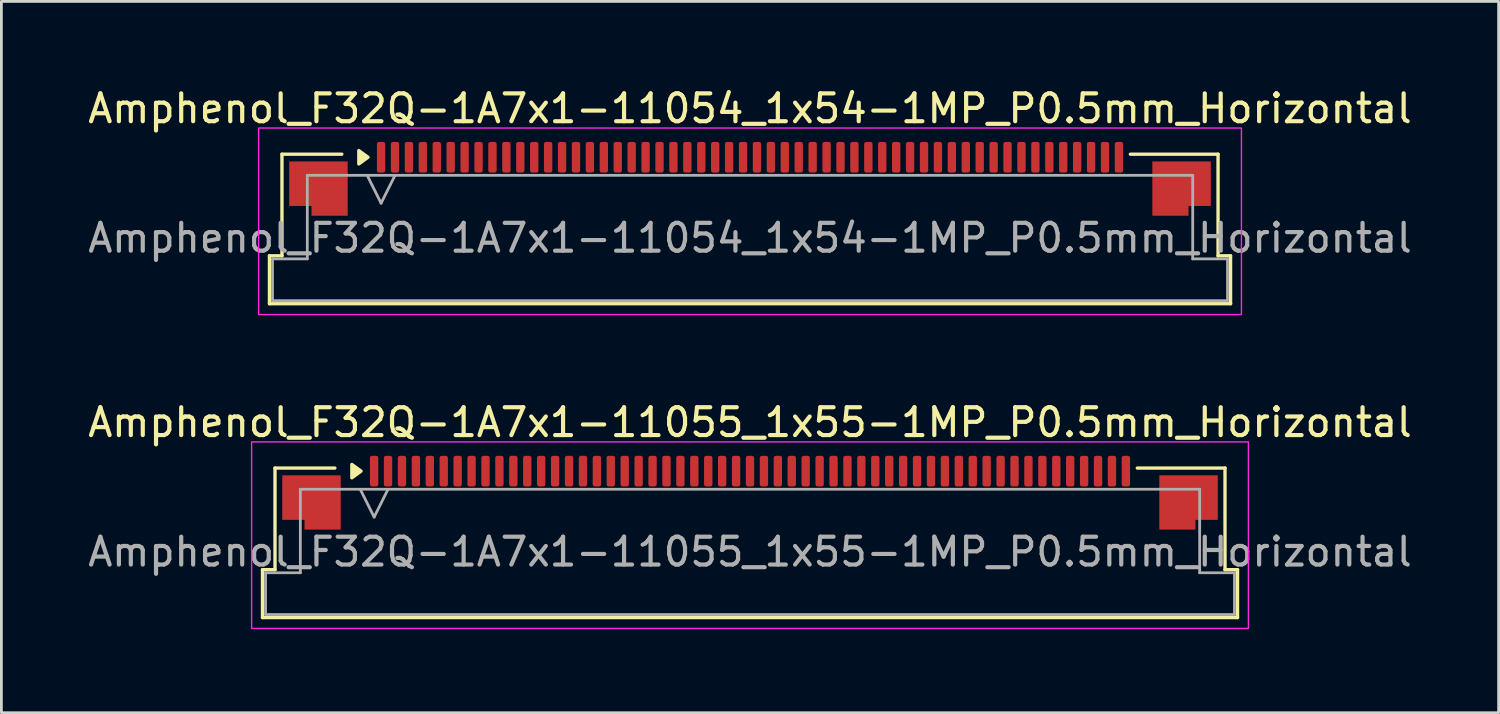
<source format=kicad_pcb>
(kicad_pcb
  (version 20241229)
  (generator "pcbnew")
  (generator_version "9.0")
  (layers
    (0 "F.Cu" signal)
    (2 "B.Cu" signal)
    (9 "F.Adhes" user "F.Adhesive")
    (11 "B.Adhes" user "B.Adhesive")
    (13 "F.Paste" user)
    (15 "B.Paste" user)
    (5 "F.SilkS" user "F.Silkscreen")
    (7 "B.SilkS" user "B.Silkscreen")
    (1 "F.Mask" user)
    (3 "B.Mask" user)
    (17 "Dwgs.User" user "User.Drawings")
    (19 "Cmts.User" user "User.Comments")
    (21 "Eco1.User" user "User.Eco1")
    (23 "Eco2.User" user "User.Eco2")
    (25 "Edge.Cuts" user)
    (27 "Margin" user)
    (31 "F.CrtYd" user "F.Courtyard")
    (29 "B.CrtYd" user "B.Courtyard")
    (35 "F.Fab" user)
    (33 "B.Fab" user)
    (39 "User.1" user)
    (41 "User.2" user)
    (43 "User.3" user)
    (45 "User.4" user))
  (footprint "Amphenol_F32Q-1A7x1-11055_1x55-1MP_P0.5mm_Horizontal"
    (layer "F.Cu")
    (at 23.887 16.771)
    (property "Reference" "Amphenol_F32Q-1A7x1-11055_1x55-1MP_P0.5mm_Horizontal" (at 0 -4.65 0) (layer "F.SilkS") (effects (font (size 1 1) (thickness 0.15))))
    (attr smd)
    (fp_line (start -17.51 0.64) (end -17.06 0.64) (stroke (width 0.12) (type solid)) (layer "F.SilkS"))
    (fp_line (start -17.51 2.36) (end -17.51 0.64) (stroke (width 0.12) (type solid)) (layer "F.SilkS"))
    (fp_line (start -17.06 -3.01) (end -14.91 -3.01) (stroke (width 0.12) (type solid)) (layer "F.SilkS"))
    (fp_line (start -17.06 0.64) (end -17.06 -3.01) (stroke (width 0.12) (type solid)) (layer "F.SilkS"))
    (fp_line (start 13.91 -3.01) (end 17.06 -3.01) (stroke (width 0.12) (type solid)) (layer "F.SilkS"))
    (fp_line (start 17.06 -3.01) (end 17.06 0.64) (stroke (width 0.12) (type solid)) (layer "F.SilkS"))
    (fp_line (start 17.06 0.64) (end 17.51 0.64) (stroke (width 0.12) (type solid)) (layer "F.SilkS"))
    (fp_line (start 17.51 0.64) (end 17.51 2.36) (stroke (width 0.12) (type solid)) (layer "F.SilkS"))
    (fp_line (start 17.51 2.36) (end -17.51 2.36) (stroke (width 0.12) (type solid)) (layer "F.SilkS"))
    (fp_poly (pts (xy -13.97 -2.9) (xy -14.3 -2.66) (xy -14.3 -3.14)) (stroke (width 0.12) (type solid)) (fill yes) (layer "F.SilkS"))
    (fp_rect (start -17.9 -3.95) (end 17.9 2.75) (stroke (width 0.05) (type solid)) (fill no) (layer "F.CrtYd"))
    (fp_line (start -17.4 0.75) (end -16.15 0.75) (stroke (width 0.1) (type solid)) (layer "F.Fab"))
    (fp_line (start -17.4 2.25) (end -17.4 0.75) (stroke (width 0.1) (type solid)) (layer "F.Fab"))
    (fp_line (start -16.15 -2.25) (end 16.15 -2.25) (stroke (width 0.1) (type solid)) (layer "F.Fab"))
    (fp_line (start -16.15 0.75) (end -16.15 -2.25) (stroke (width 0.1) (type solid)) (layer "F.Fab"))
    (fp_line (start -14 -2.25) (end -13.5 -1.25) (stroke (width 0.1) (type solid)) (layer "F.Fab"))
    (fp_line (start -13.5 -1.25) (end -13 -2.25) (stroke (width 0.1) (type solid)) (layer "F.Fab"))
    (fp_line (start 16.15 -2.25) (end 16.15 0.75) (stroke (width 0.1) (type solid)) (layer "F.Fab"))
    (fp_line (start 16.15 0.75) (end 17.4 0.75) (stroke (width 0.1) (type solid)) (layer "F.Fab"))
    (fp_line (start 17.4 0.75) (end 17.4 2.25) (stroke (width 0.1) (type solid)) (layer "F.Fab"))
    (fp_line (start 17.4 2.25) (end -17.4 2.25) (stroke (width 0.1) (type solid)) (layer "F.Fab"))
    (fp_text user "${REFERENCE}" (at 0 0 0) (layer "F.Fab") (effects (font (size 1 1) (thickness 0.15))))
    (pad "1" smd roundrect (at -13.5 -2.9) (size 0.3 1.1) (layers "F.Cu" "F.Mask" "F.Paste") (roundrect_rratio 0.25))
    (pad "2" smd roundrect (at -13 -2.9) (size 0.3 1.1) (layers "F.Cu" "F.Mask" "F.Paste") (roundrect_rratio 0.25))
    (pad "3" smd roundrect (at -12.5 -2.9) (size 0.3 1.1) (layers "F.Cu" "F.Mask" "F.Paste") (roundrect_rratio 0.25))
    (pad "4" smd roundrect (at -12 -2.9) (size 0.3 1.1) (layers "F.Cu" "F.Mask" "F.Paste") (roundrect_rratio 0.25))
    (pad "5" smd roundrect (at -11.5 -2.9) (size 0.3 1.1) (layers "F.Cu" "F.Mask" "F.Paste") (roundrect_rratio 0.25))
    (pad "6" smd roundrect (at -11 -2.9) (size 0.3 1.1) (layers "F.Cu" "F.Mask" "F.Paste") (roundrect_rratio 0.25))
    (pad "7" smd roundrect (at -10.5 -2.9) (size 0.3 1.1) (layers "F.Cu" "F.Mask" "F.Paste") (roundrect_rratio 0.25))
    (pad "8" smd roundrect (at -10 -2.9) (size 0.3 1.1) (layers "F.Cu" "F.Mask" "F.Paste") (roundrect_rratio 0.25))
    (pad "9" smd roundrect (at -9.5 -2.9) (size 0.3 1.1) (layers "F.Cu" "F.Mask" "F.Paste") (roundrect_rratio 0.25))
    (pad "10" smd roundrect (at -9 -2.9) (size 0.3 1.1) (layers "F.Cu" "F.Mask" "F.Paste") (roundrect_rratio 0.25))
    (pad "11" smd roundrect (at -8.5 -2.9) (size 0.3 1.1) (layers "F.Cu" "F.Mask" "F.Paste") (roundrect_rratio 0.25))
    (pad "12" smd roundrect (at -8 -2.9) (size 0.3 1.1) (layers "F.Cu" "F.Mask" "F.Paste") (roundrect_rratio 0.25))
    (pad "13" smd roundrect (at -7.5 -2.9) (size 0.3 1.1) (layers "F.Cu" "F.Mask" "F.Paste") (roundrect_rratio 0.25))
    (pad "14" smd roundrect (at -7 -2.9) (size 0.3 1.1) (layers "F.Cu" "F.Mask" "F.Paste") (roundrect_rratio 0.25))
    (pad "15" smd roundrect (at -6.5 -2.9) (size 0.3 1.1) (layers "F.Cu" "F.Mask" "F.Paste") (roundrect_rratio 0.25))
    (pad "16" smd roundrect (at -6 -2.9) (size 0.3 1.1) (layers "F.Cu" "F.Mask" "F.Paste") (roundrect_rratio 0.25))
    (pad "17" smd roundrect (at -5.5 -2.9) (size 0.3 1.1) (layers "F.Cu" "F.Mask" "F.Paste") (roundrect_rratio 0.25))
    (pad "18" smd roundrect (at -5 -2.9) (size 0.3 1.1) (layers "F.Cu" "F.Mask" "F.Paste") (roundrect_rratio 0.25))
    (pad "19" smd roundrect (at -4.5 -2.9) (size 0.3 1.1) (layers "F.Cu" "F.Mask" "F.Paste") (roundrect_rratio 0.25))
    (pad "20" smd roundrect (at -4 -2.9) (size 0.3 1.1) (layers "F.Cu" "F.Mask" "F.Paste") (roundrect_rratio 0.25))
    (pad "21" smd roundrect (at -3.5 -2.9) (size 0.3 1.1) (layers "F.Cu" "F.Mask" "F.Paste") (roundrect_rratio 0.25))
    (pad "22" smd roundrect (at -3 -2.9) (size 0.3 1.1) (layers "F.Cu" "F.Mask" "F.Paste") (roundrect_rratio 0.25))
    (pad "23" smd roundrect (at -2.5 -2.9) (size 0.3 1.1) (layers "F.Cu" "F.Mask" "F.Paste") (roundrect_rratio 0.25))
    (pad "24" smd roundrect (at -2 -2.9) (size 0.3 1.1) (layers "F.Cu" "F.Mask" "F.Paste") (roundrect_rratio 0.25))
    (pad "25" smd roundrect (at -1.5 -2.9) (size 0.3 1.1) (layers "F.Cu" "F.Mask" "F.Paste") (roundrect_rratio 0.25))
    (pad "26" smd roundrect (at -1 -2.9) (size 0.3 1.1) (layers "F.Cu" "F.Mask" "F.Paste") (roundrect_rratio 0.25))
    (pad "27" smd roundrect (at -0.5 -2.9) (size 0.3 1.1) (layers "F.Cu" "F.Mask" "F.Paste") (roundrect_rratio 0.25))
    (pad "28" smd roundrect (at 0 -2.9) (size 0.3 1.1) (layers "F.Cu" "F.Mask" "F.Paste") (roundrect_rratio 0.25))
    (pad "29" smd roundrect (at 0.5 -2.9) (size 0.3 1.1) (layers "F.Cu" "F.Mask" "F.Paste") (roundrect_rratio 0.25))
    (pad "30" smd roundrect (at 1 -2.9) (size 0.3 1.1) (layers "F.Cu" "F.Mask" "F.Paste") (roundrect_rratio 0.25))
    (pad "31" smd roundrect (at 1.5 -2.9) (size 0.3 1.1) (layers "F.Cu" "F.Mask" "F.Paste") (roundrect_rratio 0.25))
    (pad "32" smd roundrect (at 2 -2.9) (size 0.3 1.1) (layers "F.Cu" "F.Mask" "F.Paste") (roundrect_rratio 0.25))
    (pad "33" smd roundrect (at 2.5 -2.9) (size 0.3 1.1) (layers "F.Cu" "F.Mask" "F.Paste") (roundrect_rratio 0.25))
    (pad "34" smd roundrect (at 3 -2.9) (size 0.3 1.1) (layers "F.Cu" "F.Mask" "F.Paste") (roundrect_rratio 0.25))
    (pad "35" smd roundrect (at 3.5 -2.9) (size 0.3 1.1) (layers "F.Cu" "F.Mask" "F.Paste") (roundrect_rratio 0.25))
    (pad "36" smd roundrect (at 4 -2.9) (size 0.3 1.1) (layers "F.Cu" "F.Mask" "F.Paste") (roundrect_rratio 0.25))
    (pad "37" smd roundrect (at 4.5 -2.9) (size 0.3 1.1) (layers "F.Cu" "F.Mask" "F.Paste") (roundrect_rratio 0.25))
    (pad "38" smd roundrect (at 5 -2.9) (size 0.3 1.1) (layers "F.Cu" "F.Mask" "F.Paste") (roundrect_rratio 0.25))
    (pad "39" smd roundrect (at 5.5 -2.9) (size 0.3 1.1) (layers "F.Cu" "F.Mask" "F.Paste") (roundrect_rratio 0.25))
    (pad "40" smd roundrect (at 6 -2.9) (size 0.3 1.1) (layers "F.Cu" "F.Mask" "F.Paste") (roundrect_rratio 0.25))
    (pad "41" smd roundrect (at 6.5 -2.9) (size 0.3 1.1) (layers "F.Cu" "F.Mask" "F.Paste") (roundrect_rratio 0.25))
    (pad "42" smd roundrect (at 7 -2.9) (size 0.3 1.1) (layers "F.Cu" "F.Mask" "F.Paste") (roundrect_rratio 0.25))
    (pad "43" smd roundrect (at 7.5 -2.9) (size 0.3 1.1) (layers "F.Cu" "F.Mask" "F.Paste") (roundrect_rratio 0.25))
    (pad "44" smd roundrect (at 8 -2.9) (size 0.3 1.1) (layers "F.Cu" "F.Mask" "F.Paste") (roundrect_rratio 0.25))
    (pad "45" smd roundrect (at 8.5 -2.9) (size 0.3 1.1) (layers "F.Cu" "F.Mask" "F.Paste") (roundrect_rratio 0.25))
    (pad "46" smd roundrect (at 9 -2.9) (size 0.3 1.1) (layers "F.Cu" "F.Mask" "F.Paste") (roundrect_rratio 0.25))
    (pad "47" smd roundrect (at 9.5 -2.9) (size 0.3 1.1) (layers "F.Cu" "F.Mask" "F.Paste") (roundrect_rratio 0.25))
    (pad "48" smd roundrect (at 10 -2.9) (size 0.3 1.1) (layers "F.Cu" "F.Mask" "F.Paste") (roundrect_rratio 0.25))
    (pad "49" smd roundrect (at 10.5 -2.9) (size 0.3 1.1) (layers "F.Cu" "F.Mask" "F.Paste") (roundrect_rratio 0.25))
    (pad "50" smd roundrect (at 11 -2.9) (size 0.3 1.1) (layers "F.Cu" "F.Mask" "F.Paste") (roundrect_rratio 0.25))
    (pad "51" smd roundrect (at 11.5 -2.9) (size 0.3 1.1) (layers "F.Cu" "F.Mask" "F.Paste") (roundrect_rratio 0.25))
    (pad "52" smd roundrect (at 12 -2.9) (size 0.3 1.1) (layers "F.Cu" "F.Mask" "F.Paste") (roundrect_rratio 0.25))
    (pad "53" smd roundrect (at 12.5 -2.9) (size 0.3 1.1) (layers "F.Cu" "F.Mask" "F.Paste") (roundrect_rratio 0.25))
    (pad "54" smd roundrect (at 13 -2.9) (size 0.3 1.1) (layers "F.Cu" "F.Mask" "F.Paste") (roundrect_rratio 0.25))
    (pad "55" smd roundrect (at 13.5 -2.9) (size 0.3 1.1) (layers "F.Cu" "F.Mask" "F.Paste") (roundrect_rratio 0.25))
    (pad "MP" smd custom (at -15.75 -1.775) (size 1 1) (layers "F.Cu" "F.Mask" "F.Paste") (options (anchor circle)) (primitives (gr_poly (pts (xy 1.05 -0.975) (xy 1.05 0.975) (xy -0.25 0.975) (xy -0.25 0.625) (xy -1.05 0.625) (xy -1.05 -0.975)) (width 0) (fill yes))))
    (pad "MP" smd custom (at 15.75 -1.775) (size 1 1) (layers "F.Cu" "F.Mask" "F.Paste") (options (anchor circle)) (primitives (gr_poly (pts (xy -1.05 -0.975) (xy -1.05 0.975) (xy 0.25 0.975) (xy 0.25 0.625) (xy 1.05 0.625) (xy 1.05 -0.975)) (width 0) (fill yes)))))
  (footprint "Amphenol_F32Q-1A7x1-11054_1x54-1MP_P0.5mm_Horizontal"
    (layer "F.Cu")
    (at 23.887 5.498)
    (property "Reference" "Amphenol_F32Q-1A7x1-11054_1x54-1MP_P0.5mm_Horizontal" (at 0 -4.65 0) (layer "F.SilkS") (effects (font (size 1 1) (thickness 0.15))))
    (attr smd)
    (fp_line (start -17.26 0.64) (end -16.81 0.64) (stroke (width 0.12) (type solid)) (layer "F.SilkS"))
    (fp_line (start -17.26 2.36) (end -17.26 0.64) (stroke (width 0.12) (type solid)) (layer "F.SilkS"))
    (fp_line (start -16.81 -3.01) (end -14.66 -3.01) (stroke (width 0.12) (type solid)) (layer "F.SilkS"))
    (fp_line (start -16.81 0.64) (end -16.81 -3.01) (stroke (width 0.12) (type solid)) (layer "F.SilkS"))
    (fp_line (start 13.66 -3.01) (end 16.81 -3.01) (stroke (width 0.12) (type solid)) (layer "F.SilkS"))
    (fp_line (start 16.81 -3.01) (end 16.81 0.64) (stroke (width 0.12) (type solid)) (layer "F.SilkS"))
    (fp_line (start 16.81 0.64) (end 17.26 0.64) (stroke (width 0.12) (type solid)) (layer "F.SilkS"))
    (fp_line (start 17.26 0.64) (end 17.26 2.36) (stroke (width 0.12) (type solid)) (layer "F.SilkS"))
    (fp_line (start 17.26 2.36) (end -17.26 2.36) (stroke (width 0.12) (type solid)) (layer "F.SilkS"))
    (fp_poly (pts (xy -13.72 -2.9) (xy -14.05 -2.66) (xy -14.05 -3.14)) (stroke (width 0.12) (type solid)) (fill yes) (layer "F.SilkS"))
    (fp_rect (start -17.65 -3.95) (end 17.65 2.75) (stroke (width 0.05) (type solid)) (fill no) (layer "F.CrtYd"))
    (fp_line (start -17.15 0.75) (end -15.9 0.75) (stroke (width 0.1) (type solid)) (layer "F.Fab"))
    (fp_line (start -17.15 2.25) (end -17.15 0.75) (stroke (width 0.1) (type solid)) (layer "F.Fab"))
    (fp_line (start -15.9 -2.25) (end 15.9 -2.25) (stroke (width 0.1) (type solid)) (layer "F.Fab"))
    (fp_line (start -15.9 0.75) (end -15.9 -2.25) (stroke (width 0.1) (type solid)) (layer "F.Fab"))
    (fp_line (start -13.75 -2.25) (end -13.25 -1.25) (stroke (width 0.1) (type solid)) (layer "F.Fab"))
    (fp_line (start -13.25 -1.25) (end -12.75 -2.25) (stroke (width 0.1) (type solid)) (layer "F.Fab"))
    (fp_line (start 15.9 -2.25) (end 15.9 0.75) (stroke (width 0.1) (type solid)) (layer "F.Fab"))
    (fp_line (start 15.9 0.75) (end 17.15 0.75) (stroke (width 0.1) (type solid)) (layer "F.Fab"))
    (fp_line (start 17.15 0.75) (end 17.15 2.25) (stroke (width 0.1) (type solid)) (layer "F.Fab"))
    (fp_line (start 17.15 2.25) (end -17.15 2.25) (stroke (width 0.1) (type solid)) (layer "F.Fab"))
    (fp_text user "${REFERENCE}" (at 0 0 0) (layer "F.Fab") (effects (font (size 1 1) (thickness 0.15))))
    (pad "1" smd roundrect (at -13.25 -2.9) (size 0.3 1.1) (layers "F.Cu" "F.Mask" "F.Paste") (roundrect_rratio 0.25))
    (pad "2" smd roundrect (at -12.75 -2.9) (size 0.3 1.1) (layers "F.Cu" "F.Mask" "F.Paste") (roundrect_rratio 0.25))
    (pad "3" smd roundrect (at -12.25 -2.9) (size 0.3 1.1) (layers "F.Cu" "F.Mask" "F.Paste") (roundrect_rratio 0.25))
    (pad "4" smd roundrect (at -11.75 -2.9) (size 0.3 1.1) (layers "F.Cu" "F.Mask" "F.Paste") (roundrect_rratio 0.25))
    (pad "5" smd roundrect (at -11.25 -2.9) (size 0.3 1.1) (layers "F.Cu" "F.Mask" "F.Paste") (roundrect_rratio 0.25))
    (pad "6" smd roundrect (at -10.75 -2.9) (size 0.3 1.1) (layers "F.Cu" "F.Mask" "F.Paste") (roundrect_rratio 0.25))
    (pad "7" smd roundrect (at -10.25 -2.9) (size 0.3 1.1) (layers "F.Cu" "F.Mask" "F.Paste") (roundrect_rratio 0.25))
    (pad "8" smd roundrect (at -9.75 -2.9) (size 0.3 1.1) (layers "F.Cu" "F.Mask" "F.Paste") (roundrect_rratio 0.25))
    (pad "9" smd roundrect (at -9.25 -2.9) (size 0.3 1.1) (layers "F.Cu" "F.Mask" "F.Paste") (roundrect_rratio 0.25))
    (pad "10" smd roundrect (at -8.75 -2.9) (size 0.3 1.1) (layers "F.Cu" "F.Mask" "F.Paste") (roundrect_rratio 0.25))
    (pad "11" smd roundrect (at -8.25 -2.9) (size 0.3 1.1) (layers "F.Cu" "F.Mask" "F.Paste") (roundrect_rratio 0.25))
    (pad "12" smd roundrect (at -7.75 -2.9) (size 0.3 1.1) (layers "F.Cu" "F.Mask" "F.Paste") (roundrect_rratio 0.25))
    (pad "13" smd roundrect (at -7.25 -2.9) (size 0.3 1.1) (layers "F.Cu" "F.Mask" "F.Paste") (roundrect_rratio 0.25))
    (pad "14" smd roundrect (at -6.75 -2.9) (size 0.3 1.1) (layers "F.Cu" "F.Mask" "F.Paste") (roundrect_rratio 0.25))
    (pad "15" smd roundrect (at -6.25 -2.9) (size 0.3 1.1) (layers "F.Cu" "F.Mask" "F.Paste") (roundrect_rratio 0.25))
    (pad "16" smd roundrect (at -5.75 -2.9) (size 0.3 1.1) (layers "F.Cu" "F.Mask" "F.Paste") (roundrect_rratio 0.25))
    (pad "17" smd roundrect (at -5.25 -2.9) (size 0.3 1.1) (layers "F.Cu" "F.Mask" "F.Paste") (roundrect_rratio 0.25))
    (pad "18" smd roundrect (at -4.75 -2.9) (size 0.3 1.1) (layers "F.Cu" "F.Mask" "F.Paste") (roundrect_rratio 0.25))
    (pad "19" smd roundrect (at -4.25 -2.9) (size 0.3 1.1) (layers "F.Cu" "F.Mask" "F.Paste") (roundrect_rratio 0.25))
    (pad "20" smd roundrect (at -3.75 -2.9) (size 0.3 1.1) (layers "F.Cu" "F.Mask" "F.Paste") (roundrect_rratio 0.25))
    (pad "21" smd roundrect (at -3.25 -2.9) (size 0.3 1.1) (layers "F.Cu" "F.Mask" "F.Paste") (roundrect_rratio 0.25))
    (pad "22" smd roundrect (at -2.75 -2.9) (size 0.3 1.1) (layers "F.Cu" "F.Mask" "F.Paste") (roundrect_rratio 0.25))
    (pad "23" smd roundrect (at -2.25 -2.9) (size 0.3 1.1) (layers "F.Cu" "F.Mask" "F.Paste") (roundrect_rratio 0.25))
    (pad "24" smd roundrect (at -1.75 -2.9) (size 0.3 1.1) (layers "F.Cu" "F.Mask" "F.Paste") (roundrect_rratio 0.25))
    (pad "25" smd roundrect (at -1.25 -2.9) (size 0.3 1.1) (layers "F.Cu" "F.Mask" "F.Paste") (roundrect_rratio 0.25))
    (pad "26" smd roundrect (at -0.75 -2.9) (size 0.3 1.1) (layers "F.Cu" "F.Mask" "F.Paste") (roundrect_rratio 0.25))
    (pad "27" smd roundrect (at -0.25 -2.9) (size 0.3 1.1) (layers "F.Cu" "F.Mask" "F.Paste") (roundrect_rratio 0.25))
    (pad "28" smd roundrect (at 0.25 -2.9) (size 0.3 1.1) (layers "F.Cu" "F.Mask" "F.Paste") (roundrect_rratio 0.25))
    (pad "29" smd roundrect (at 0.75 -2.9) (size 0.3 1.1) (layers "F.Cu" "F.Mask" "F.Paste") (roundrect_rratio 0.25))
    (pad "30" smd roundrect (at 1.25 -2.9) (size 0.3 1.1) (layers "F.Cu" "F.Mask" "F.Paste") (roundrect_rratio 0.25))
    (pad "31" smd roundrect (at 1.75 -2.9) (size 0.3 1.1) (layers "F.Cu" "F.Mask" "F.Paste") (roundrect_rratio 0.25))
    (pad "32" smd roundrect (at 2.25 -2.9) (size 0.3 1.1) (layers "F.Cu" "F.Mask" "F.Paste") (roundrect_rratio 0.25))
    (pad "33" smd roundrect (at 2.75 -2.9) (size 0.3 1.1) (layers "F.Cu" "F.Mask" "F.Paste") (roundrect_rratio 0.25))
    (pad "34" smd roundrect (at 3.25 -2.9) (size 0.3 1.1) (layers "F.Cu" "F.Mask" "F.Paste") (roundrect_rratio 0.25))
    (pad "35" smd roundrect (at 3.75 -2.9) (size 0.3 1.1) (layers "F.Cu" "F.Mask" "F.Paste") (roundrect_rratio 0.25))
    (pad "36" smd roundrect (at 4.25 -2.9) (size 0.3 1.1) (layers "F.Cu" "F.Mask" "F.Paste") (roundrect_rratio 0.25))
    (pad "37" smd roundrect (at 4.75 -2.9) (size 0.3 1.1) (layers "F.Cu" "F.Mask" "F.Paste") (roundrect_rratio 0.25))
    (pad "38" smd roundrect (at 5.25 -2.9) (size 0.3 1.1) (layers "F.Cu" "F.Mask" "F.Paste") (roundrect_rratio 0.25))
    (pad "39" smd roundrect (at 5.75 -2.9) (size 0.3 1.1) (layers "F.Cu" "F.Mask" "F.Paste") (roundrect_rratio 0.25))
    (pad "40" smd roundrect (at 6.25 -2.9) (size 0.3 1.1) (layers "F.Cu" "F.Mask" "F.Paste") (roundrect_rratio 0.25))
    (pad "41" smd roundrect (at 6.75 -2.9) (size 0.3 1.1) (layers "F.Cu" "F.Mask" "F.Paste") (roundrect_rratio 0.25))
    (pad "42" smd roundrect (at 7.25 -2.9) (size 0.3 1.1) (layers "F.Cu" "F.Mask" "F.Paste") (roundrect_rratio 0.25))
    (pad "43" smd roundrect (at 7.75 -2.9) (size 0.3 1.1) (layers "F.Cu" "F.Mask" "F.Paste") (roundrect_rratio 0.25))
    (pad "44" smd roundrect (at 8.25 -2.9) (size 0.3 1.1) (layers "F.Cu" "F.Mask" "F.Paste") (roundrect_rratio 0.25))
    (pad "45" smd roundrect (at 8.75 -2.9) (size 0.3 1.1) (layers "F.Cu" "F.Mask" "F.Paste") (roundrect_rratio 0.25))
    (pad "46" smd roundrect (at 9.25 -2.9) (size 0.3 1.1) (layers "F.Cu" "F.Mask" "F.Paste") (roundrect_rratio 0.25))
    (pad "47" smd roundrect (at 9.75 -2.9) (size 0.3 1.1) (layers "F.Cu" "F.Mask" "F.Paste") (roundrect_rratio 0.25))
    (pad "48" smd roundrect (at 10.25 -2.9) (size 0.3 1.1) (layers "F.Cu" "F.Mask" "F.Paste") (roundrect_rratio 0.25))
    (pad "49" smd roundrect (at 10.75 -2.9) (size 0.3 1.1) (layers "F.Cu" "F.Mask" "F.Paste") (roundrect_rratio 0.25))
    (pad "50" smd roundrect (at 11.25 -2.9) (size 0.3 1.1) (layers "F.Cu" "F.Mask" "F.Paste") (roundrect_rratio 0.25))
    (pad "51" smd roundrect (at 11.75 -2.9) (size 0.3 1.1) (layers "F.Cu" "F.Mask" "F.Paste") (roundrect_rratio 0.25))
    (pad "52" smd roundrect (at 12.25 -2.9) (size 0.3 1.1) (layers "F.Cu" "F.Mask" "F.Paste") (roundrect_rratio 0.25))
    (pad "53" smd roundrect (at 12.75 -2.9) (size 0.3 1.1) (layers "F.Cu" "F.Mask" "F.Paste") (roundrect_rratio 0.25))
    (pad "54" smd roundrect (at 13.25 -2.9) (size 0.3 1.1) (layers "F.Cu" "F.Mask" "F.Paste") (roundrect_rratio 0.25))
    (pad "MP" smd custom (at -15.5 -1.775) (size 1 1) (layers "F.Cu" "F.Mask" "F.Paste") (options (anchor circle)) (primitives (gr_poly (pts (xy 1.05 -0.975) (xy 1.05 0.975) (xy -0.25 0.975) (xy -0.25 0.625) (xy -1.05 0.625) (xy -1.05 -0.975)) (width 0) (fill yes))))
    (pad "MP" smd custom (at 15.5 -1.775) (size 1 1) (layers "F.Cu" "F.Mask" "F.Paste") (options (anchor circle)) (primitives (gr_poly (pts (xy -1.05 -0.975) (xy -1.05 0.975) (xy 0.25 0.975) (xy 0.25 0.625) (xy 1.05 0.625) (xy 1.05 -0.975)) (width 0) (fill yes)))))
  (gr_rect
    (start -3 -3)
    (end 50.774 22.547)
    (stroke (width 0.1) (type default))
    (fill no)
    (layer "Edge.Cuts")))
</source>
